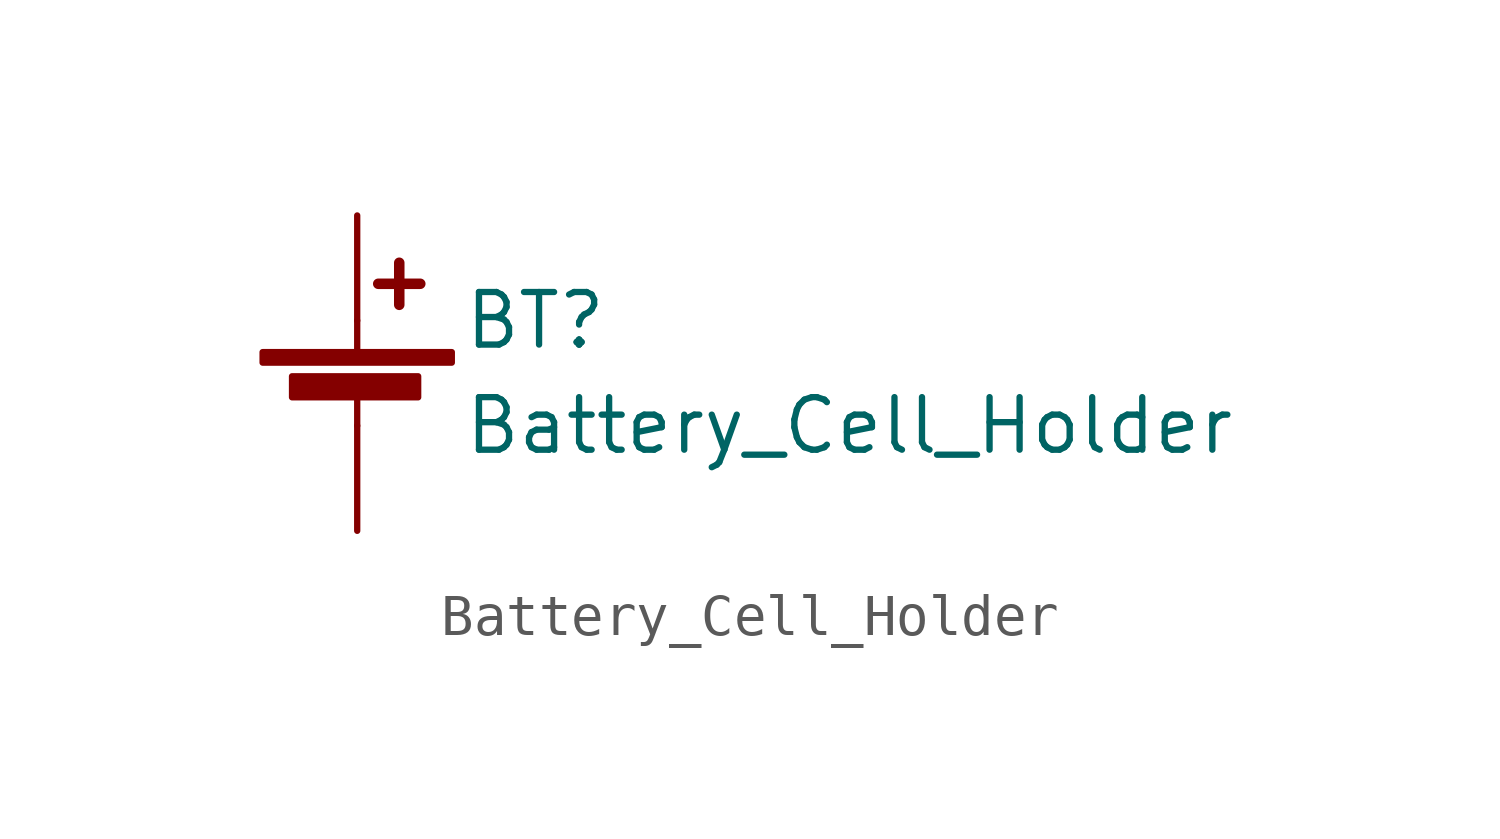
<source format=kicad_sym>
(kicad_symbol_lib
  (version 20220914)
  (generator kicad_symbol_editor)
  (symbol "Battery_Cell_Holder"
    (pin_numbers hide)
    (pin_names
      (offset 0) hide)
    (property "Reference" "BT"
      (at 2.54 2.54 0)
      (effects (font (size 1.27 1.27)) (justify left)))
    (property "Value" "Battery_Cell_Holder"
      (at 2.54 0 0)
      (effects (font (size 1.27 1.27)) (justify left)))
    (symbol "Battery_Cell_Holder_0_1"
      (rectangle (start -2.286 1.778) (end 2.286 1.524) (stroke (width 0) (type solid)) (fill (type outline)))
      (rectangle (start -1.575 1.194) (end 1.473 0.686) (stroke (width 0) (type solid)) (fill (type outline)))
      (polyline (pts (xy 0 0.762) (xy 0 0)) (stroke (width 0) (type solid)) (fill (type none)))
      (polyline (pts (xy 0 1.778) (xy 0 2.54)) (stroke (width 0) (type solid)) (fill (type none)))
      (polyline (pts (xy 0.508 3.429) (xy 1.524 3.429)) (stroke (width 0.254) (type solid)) (fill (type none)))
      (polyline (pts (xy 1.016 3.937) (xy 1.016 2.921)) (stroke (width 0.254) (type solid)) (fill (type none))))
    (symbol "Battery_Cell_Holder_1_1"
      (pin passive line (at 0 5.08 270) (length 2.54) (name "+" (effects (font (size 1.27 1.27)))) (number "1" (effects (font (size 1.27 1.27)))))
      (pin passive line (at 0 -2.54 90) (length 2.54) (name "-" (effects (font (size 1.27 1.27)))) (number "2" (effects (font (size 1.27 1.27))))))))
</source>
